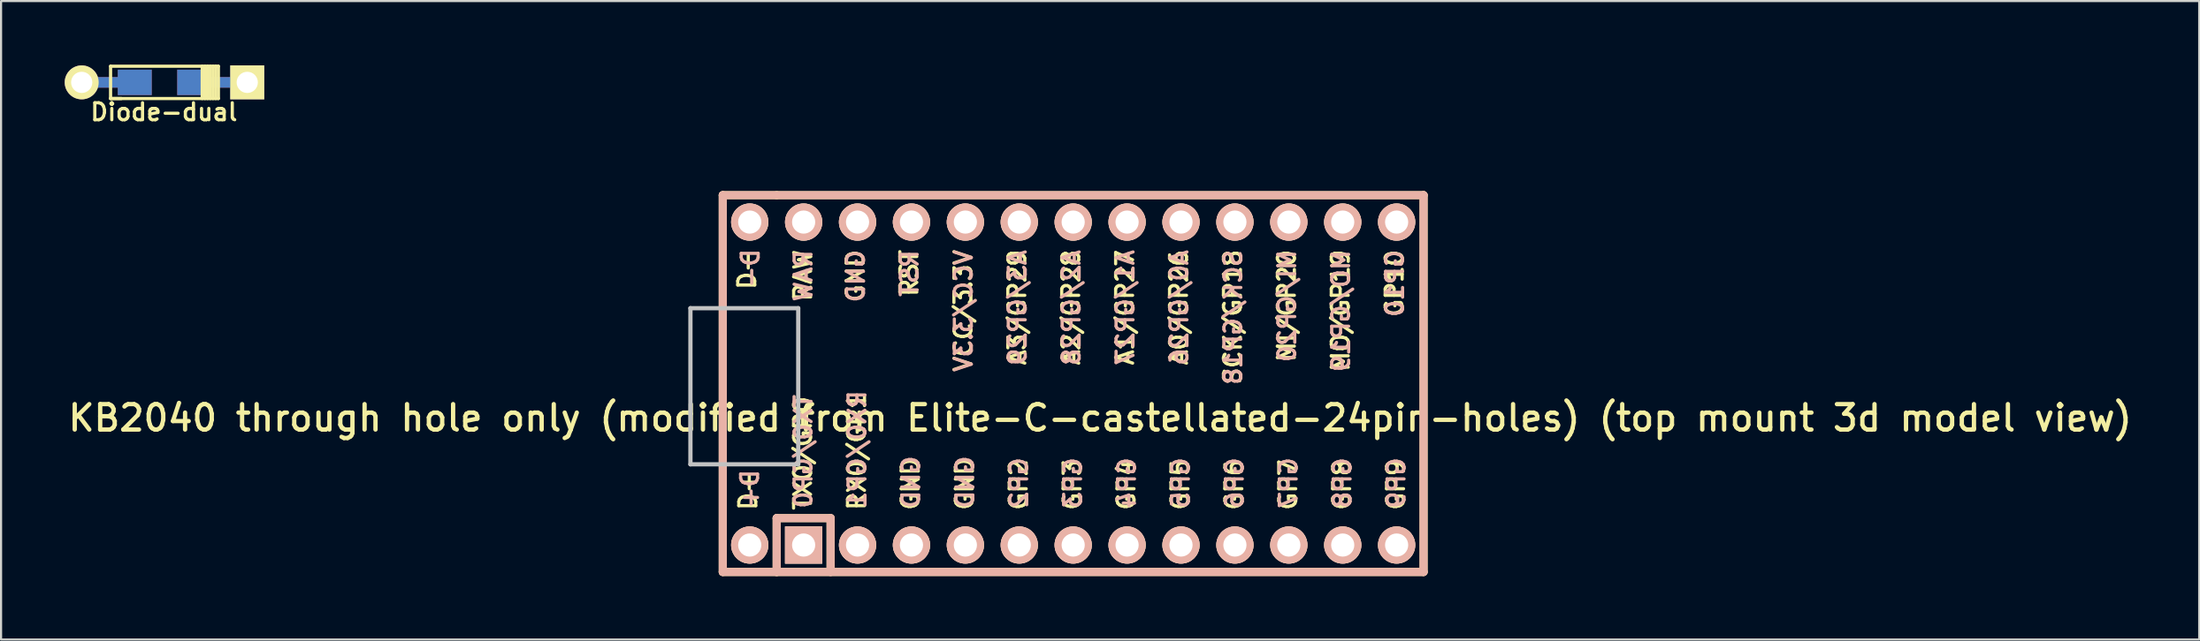
<source format=kicad_pcb>
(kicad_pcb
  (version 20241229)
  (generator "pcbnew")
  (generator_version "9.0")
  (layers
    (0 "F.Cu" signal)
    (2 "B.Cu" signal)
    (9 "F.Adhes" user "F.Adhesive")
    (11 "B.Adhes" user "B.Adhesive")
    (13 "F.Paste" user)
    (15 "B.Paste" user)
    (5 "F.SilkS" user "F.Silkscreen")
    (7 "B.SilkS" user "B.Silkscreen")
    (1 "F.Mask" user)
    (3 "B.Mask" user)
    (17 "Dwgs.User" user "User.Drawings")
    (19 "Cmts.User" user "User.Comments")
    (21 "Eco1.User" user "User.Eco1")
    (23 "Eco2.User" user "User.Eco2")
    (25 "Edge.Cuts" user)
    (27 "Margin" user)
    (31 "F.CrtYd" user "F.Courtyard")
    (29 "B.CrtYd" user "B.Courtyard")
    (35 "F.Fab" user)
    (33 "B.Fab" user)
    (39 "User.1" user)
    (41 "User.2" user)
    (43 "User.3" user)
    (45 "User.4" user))
  (footprint "KB2040 through hole only (modified from Elite-C-castellated-24pin-holes) (top mount 3d model view)"
    (layer "F.Cu")
    (at 48.785 15.049)
    (property "Reference" "KB2040 through hole only (modified from Elite-C-castellated-24pin-holes) (top mount 3d model view)" (at 0 1.625 0) (layer "F.SilkS") (effects (font (size 1.2 1.2) (thickness 0.203))))
    (attr through_hole)
    (fp_line (start -17.78 -8.89) (end -17.78 8.89) (stroke (width 0.381) (type solid)) (layer "F.SilkS"))
    (fp_line (start -17.78 8.89) (end -15.24 8.89) (stroke (width 0.381) (type solid)) (layer "F.SilkS"))
    (fp_line (start -15.24 -8.89) (end -17.78 -8.89) (stroke (width 0.381) (type solid)) (layer "F.SilkS"))
    (fp_line (start -15.24 6.35) (end -15.24 8.89) (stroke (width 0.381) (type solid)) (layer "F.SilkS"))
    (fp_line (start -15.24 6.35) (end -12.7 6.35) (stroke (width 0.381) (type solid)) (layer "F.SilkS"))
    (fp_line (start -15.24 8.89) (end 15.24 8.89) (stroke (width 0.381) (type solid)) (layer "F.SilkS"))
    (fp_line (start -12.7 6.35) (end -12.7 8.89) (stroke (width 0.381) (type solid)) (layer "F.SilkS"))
    (fp_line (start 15.24 -8.89) (end -15.24 -8.89) (stroke (width 0.381) (type solid)) (layer "F.SilkS"))
    (fp_line (start 15.24 8.89) (end 15.24 -8.89) (stroke (width 0.381) (type solid)) (layer "F.SilkS"))
    (fp_line (start -17.78 -8.89) (end -17.78 8.89) (stroke (width 0.381) (type solid)) (layer "B.SilkS"))
    (fp_line (start -17.78 8.89) (end 15.24 8.89) (stroke (width 0.381) (type solid)) (layer "B.SilkS"))
    (fp_line (start -15.24 6.35) (end -15.24 8.89) (stroke (width 0.381) (type solid)) (layer "B.SilkS"))
    (fp_line (start -12.7 6.35) (end -15.24 6.35) (stroke (width 0.381) (type solid)) (layer "B.SilkS"))
    (fp_line (start -12.7 6.35) (end -12.7 8.89) (stroke (width 0.381) (type solid)) (layer "B.SilkS"))
    (fp_line (start 15.24 -8.89) (end -17.78 -8.89) (stroke (width 0.381) (type solid)) (layer "B.SilkS"))
    (fp_line (start 15.24 8.89) (end 15.24 -8.89) (stroke (width 0.381) (type solid)) (layer "B.SilkS"))
    (fp_line (start -19.304 -3.556) (end -14.224 -3.556) (stroke (width 0.2) (type solid)) (layer "Dwgs.User"))
    (fp_line (start -19.304 3.81) (end -19.304 -3.556) (stroke (width 0.2) (type solid)) (layer "Dwgs.User"))
    (fp_line (start -14.224 -3.556) (end -14.224 3.81) (stroke (width 0.2) (type solid)) (layer "Dwgs.User"))
    (fp_line (start -14.224 3.81) (end -19.304 3.81) (stroke (width 0.2) (type solid)) (layer "Dwgs.User"))
    (fp_text user "MO/GP19" (at 11.328 -0.486 90) (layer "F.SilkS") (effects (font (size 0.8 0.8) (thickness 0.15)) (justify left)))
    (fp_text user "GP8" (at 11.394 3.493 90) (layer "F.SilkS") (effects (font (size 0.8 0.8) (thickness 0.15)) (justify right)))
    (fp_text user "MI/GP20" (at 8.788 -0.943 90) (layer "F.SilkS") (effects (font (size 0.8 0.8) (thickness 0.15)) (justify left)))
    (fp_text user "GP3" (at -1.306 3.493 90) (layer "F.SilkS") (effects (font (size 0.8 0.8) (thickness 0.15)) (justify right)))
    (fp_text user "GND" (at -11.532 -3.762 90) (layer "F.SilkS") (effects (font (size 0.8 0.8) (thickness 0.15)) (justify left)))
    (fp_text user "GP10" (at 13.868 -3.076 90) (layer "F.SilkS") (effects (font (size 0.8 0.8) (thickness 0.15)) (justify left)))
    (fp_text user "GND" (at -6.386 3.416 90) (layer "F.SilkS") (effects (font (size 0.8 0.8) (thickness 0.15)) (justify right)))
    (fp_text user "RAW" (at -14.002 -3.8 90) (layer "F.SilkS") (effects (font (size 0.8 0.8) (thickness 0.15)) (justify left)))
    (fp_text user "A1/GP27" (at 1.168 -0.79 90) (layer "F.SilkS") (effects (font (size 0.8 0.8) (thickness 0.15)) (justify left)))
    (fp_text user "A2/GP28" (at -1.372 -0.79 90) (layer "F.SilkS") (effects (font (size 0.8 0.8) (thickness 0.15)) (justify left)))
    (fp_text user "VCC/3.3V" (at -6.452 -0.486 90) (layer "F.SilkS") (effects (font (size 0.8 0.8) (thickness 0.15)) (justify left)))
    (fp_text user "D+" (at -16.589 4.064 90) (layer "F.SilkS") (effects (font (size 0.8 0.8) (thickness 0.15)) (justify right)))
    (fp_text user "GP4" (at 1.234 3.493 90) (layer "F.SilkS") (effects (font (size 0.8 0.8) (thickness 0.15)) (justify right)))
    (fp_text user "GP5" (at 3.774 3.493 90) (layer "F.SilkS") (effects (font (size 0.8 0.8) (thickness 0.15)) (justify right)))
    (fp_text user "D-" (at -16.637 -6.35 90) (layer "F.SilkS") (effects (font (size 0.8 0.8) (thickness 0.15)) (justify right)))
    (fp_text user "GP7" (at 8.854 3.493 90) (layer "F.SilkS") (effects (font (size 0.8 0.8) (thickness 0.15)) (justify right)))
    (fp_text user "TX0/GP0" (at -14.006 0.521 90) (layer "F.SilkS") (effects (font (size 0.8 0.8) (thickness 0.15)) (justify right)))
    (fp_text user "SCK/GP18" (at 6.248 0.124 90) (layer "F.SilkS") (effects (font (size 0.8 0.8) (thickness 0.15)) (justify left)))
    (fp_text user "A3/GP29" (at -3.912 -0.79 90) (layer "F.SilkS") (effects (font (size 0.8 0.8) (thickness 0.15)) (justify left)))
    (fp_text user "RX0/GP1" (at -11.466 0.331 90) (layer "F.SilkS") (effects (font (size 0.8 0.8) (thickness 0.15)) (justify right)))
    (fp_text user "GP9" (at 13.934 3.493 90) (layer "F.SilkS") (effects (font (size 0.8 0.8) (thickness 0.15)) (justify right)))
    (fp_text user "GP6" (at 6.314 3.493 90) (layer "F.SilkS") (effects (font (size 0.8 0.8) (thickness 0.15)) (justify right)))
    (fp_text user "GND" (at -8.936 3.416 90) (layer "F.SilkS") (effects (font (size 0.8 0.8) (thickness 0.15)) (justify right)))
    (fp_text user "GP2" (at -3.846 3.493 90) (layer "F.SilkS") (effects (font (size 0.8 0.8) (thickness 0.15)) (justify right)))
    (fp_text user "RST" (at -9 -4.029 90) (layer "F.SilkS") (effects (font (size 0.8 0.8) (thickness 0.15)) (justify left)))
    (fp_text user "A0/GP26" (at 3.708 -0.79 90) (layer "F.SilkS") (effects (font (size 0.8 0.8) (thickness 0.15)) (justify left)))
    (fp_text user "A2/GP28" (at -1.352 -6.385 270) (layer "B.SilkS") (effects (font (size 0.8 0.8) (thickness 0.15)) (justify left mirror)))
    (fp_text user "GP5" (at 3.798 5.969 270) (layer "B.SilkS") (effects (font (size 0.8 0.8) (thickness 0.15)) (justify right mirror)))
    (fp_text user "A0/GP26" (at 3.728 -6.385 270) (layer "B.SilkS") (effects (font (size 0.8 0.8) (thickness 0.15)) (justify left mirror)))
    (fp_text user "GP10" (at 13.888 -6.385 270) (layer "B.SilkS") (effects (font (size 0.8 0.8) (thickness 0.15)) (justify left mirror)))
    (fp_text user "RX0/GP1" (at -11.442 5.969 270) (layer "B.SilkS") (effects (font (size 0.8 0.8) (thickness 0.15)) (justify right mirror)))
    (fp_text user "GP7" (at 8.878 5.969 270) (layer "B.SilkS") (effects (font (size 0.8 0.8) (thickness 0.15)) (justify right mirror)))
    (fp_text user "A1/GP27" (at 1.188 -6.385 270) (layer "B.SilkS") (effects (font (size 0.8 0.8) (thickness 0.15)) (justify left mirror)))
    (fp_text user "MI/GP20" (at 8.808 -6.385 270) (layer "B.SilkS") (effects (font (size 0.8 0.8) (thickness 0.15)) (justify left mirror)))
    (fp_text user "GP3" (at -1.282 5.969 270) (layer "B.SilkS") (effects (font (size 0.8 0.8) (thickness 0.15)) (justify right mirror)))
    (fp_text user "GP9" (at 13.958 5.969 270) (layer "B.SilkS") (effects (font (size 0.8 0.8) (thickness 0.15)) (justify right mirror)))
    (fp_text user "GND" (at -11.512 -6.385 270) (layer "B.SilkS") (effects (font (size 0.8 0.8) (thickness 0.15)) (justify left mirror)))
    (fp_text user "GP6" (at 6.338 5.969 270) (layer "B.SilkS") (effects (font (size 0.8 0.8) (thickness 0.15)) (justify right mirror)))
    (fp_text user "MO/GP19" (at 11.348 -6.385 270) (layer "B.SilkS") (effects (font (size 0.8 0.8) (thickness 0.15)) (justify left mirror)))
    (fp_text user "VCC/3.3V" (at -6.432 -6.385 270) (layer "B.SilkS") (effects (font (size 0.8 0.8) (thickness 0.15)) (justify left mirror)))
    (fp_text user "D+" (at -16.503 5.969 270) (layer "B.SilkS") (effects (font (size 0.8 0.8) (thickness 0.15)) (justify right mirror)))
    (fp_text user "TX0/GP0" (at -13.982 5.969 270) (layer "B.SilkS") (effects (font (size 0.8 0.8) (thickness 0.15)) (justify right mirror)))
    (fp_text user "A3/GP29" (at -3.892 -6.385 270) (layer "B.SilkS") (effects (font (size 0.8 0.8) (thickness 0.15)) (justify left mirror)))
    (fp_text user "GP4" (at 1.258 5.969 270) (layer "B.SilkS") (effects (font (size 0.8 0.8) (thickness 0.15)) (justify right mirror)))
    (fp_text user "D-" (at -16.474 -4.445 270) (layer "B.SilkS") (effects (font (size 0.8 0.8) (thickness 0.15)) (justify right mirror)))
    (fp_text user "GP8" (at 11.418 5.969 270) (layer "B.SilkS") (effects (font (size 0.8 0.8) (thickness 0.15)) (justify right mirror)))
    (fp_text user "GND" (at -8.912 5.969 270) (layer "B.SilkS") (effects (font (size 0.8 0.8) (thickness 0.15)) (justify right mirror)))
    (fp_text user "GND" (at -6.362 5.969 270) (layer "B.SilkS") (effects (font (size 0.8 0.8) (thickness 0.15)) (justify right mirror)))
    (fp_text user "RAW" (at -13.982 -6.385 270) (layer "B.SilkS") (effects (font (size 0.8 0.8) (thickness 0.15)) (justify left mirror)))
    (fp_text user "GP2" (at -3.822 5.969 270) (layer "B.SilkS") (effects (font (size 0.8 0.8) (thickness 0.15)) (justify right mirror)))
    (fp_text user "SCK/GP18" (at 6.268 -6.385 270) (layer "B.SilkS") (effects (font (size 0.8 0.8) (thickness 0.15)) (justify left mirror)))
    (fp_text user "RST" (at -8.981 -6.385 270) (layer "B.SilkS") (effects (font (size 0.8 0.8) (thickness 0.15)) (justify left mirror)))
    (pad "0" thru_hole circle (at -16.51 7.62) (size 1.753 1.753) (drill 1.092) (layers "*.Cu" "*.SilkS" "*.Mask"))
    (pad "1" thru_hole rect (at -13.97 7.62) (size 1.753 1.753) (drill 1.092) (layers "*.Cu" "*.SilkS" "*.Mask"))
    (pad "2" thru_hole circle (at -11.43 7.62) (size 1.753 1.753) (drill 1.092) (layers "*.Cu" "*.SilkS" "*.Mask"))
    (pad "3" thru_hole circle (at -8.89 7.62) (size 1.753 1.753) (drill 1.092) (layers "*.Cu" "*.SilkS" "*.Mask"))
    (pad "4" thru_hole circle (at -6.35 7.62) (size 1.753 1.753) (drill 1.092) (layers "*.Cu" "*.SilkS" "*.Mask"))
    (pad "5" thru_hole circle (at -3.81 7.62) (size 1.753 1.753) (drill 1.092) (layers "*.Cu" "*.SilkS" "*.Mask"))
    (pad "6" thru_hole circle (at -1.27 7.62) (size 1.753 1.753) (drill 1.092) (layers "*.Cu" "*.SilkS" "*.Mask"))
    (pad "7" thru_hole circle (at 1.27 7.62) (size 1.753 1.753) (drill 1.092) (layers "*.Cu" "*.SilkS" "*.Mask"))
    (pad "8" thru_hole circle (at 3.81 7.62) (size 1.753 1.753) (drill 1.092) (layers "*.Cu" "*.SilkS" "*.Mask"))
    (pad "9" thru_hole circle (at 6.35 7.62) (size 1.753 1.753) (drill 1.092) (layers "*.Cu" "*.SilkS" "*.Mask"))
    (pad "10" thru_hole circle (at 8.89 7.62) (size 1.753 1.753) (drill 1.092) (layers "*.Cu" "*.SilkS" "*.Mask"))
    (pad "11" thru_hole circle (at 11.43 7.62) (size 1.753 1.753) (drill 1.092) (layers "*.Cu" "*.SilkS" "*.Mask"))
    (pad "12" thru_hole circle (at 13.97 7.62) (size 1.753 1.753) (drill 1.092) (layers "*.Cu" "*.SilkS" "*.Mask"))
    (pad "13" thru_hole circle (at 13.97 -7.62) (size 1.753 1.753) (drill 1.092) (layers "*.Cu" "*.SilkS" "*.Mask"))
    (pad "14" thru_hole circle (at 11.43 -7.62) (size 1.753 1.753) (drill 1.092) (layers "*.Cu" "*.SilkS" "*.Mask"))
    (pad "15" thru_hole circle (at 8.89 -7.62) (size 1.753 1.753) (drill 1.092) (layers "*.Cu" "*.SilkS" "*.Mask"))
    (pad "16" thru_hole circle (at 6.35 -7.62) (size 1.753 1.753) (drill 1.092) (layers "*.Cu" "*.SilkS" "*.Mask"))
    (pad "17" thru_hole circle (at 3.81 -7.62) (size 1.753 1.753) (drill 1.092) (layers "*.Cu" "*.SilkS" "*.Mask"))
    (pad "18" thru_hole circle (at 1.27 -7.62) (size 1.753 1.753) (drill 1.092) (layers "*.Cu" "*.SilkS" "*.Mask"))
    (pad "19" thru_hole circle (at -1.27 -7.62) (size 1.753 1.753) (drill 1.092) (layers "*.Cu" "*.SilkS" "*.Mask"))
    (pad "20" thru_hole circle (at -3.81 -7.62) (size 1.753 1.753) (drill 1.092) (layers "*.Cu" "*.SilkS" "*.Mask"))
    (pad "21" thru_hole circle (at -6.35 -7.62) (size 1.753 1.753) (drill 1.092) (layers "*.Cu" "*.SilkS" "*.Mask"))
    (pad "22" thru_hole circle (at -8.89 -7.62) (size 1.753 1.753) (drill 1.092) (layers "*.Cu" "*.SilkS" "*.Mask"))
    (pad "23" thru_hole circle (at -11.43 -7.62) (size 1.753 1.753) (drill 1.092) (layers "*.Cu" "*.SilkS" "*.Mask"))
    (pad "24" thru_hole circle (at -13.97 -7.62) (size 1.753 1.753) (drill 1.092) (layers "*.Cu" "*.SilkS" "*.Mask"))
    (pad "25" thru_hole circle (at -16.51 -7.62) (size 1.753 1.753) (drill 1.092) (layers "*.Cu" "*.SilkS" "*.Mask")))
  (footprint "Diode-dual"
    (layer "F.Cu")
    (at 4.7 0.837)
    (property "Reference" "Diode-dual" (at -0.025 1.4 0) (layer "F.SilkS") (effects (font (size 0.8 0.8) (thickness 0.15))))
    (attr smd)
    (fp_line (start -2.54 -0.762) (end -2.54 0.762) (stroke (width 0.15) (type solid)) (layer "F.SilkS"))
    (fp_line (start -2.54 0.762) (end -2.032 0.762) (stroke (width 0.15) (type solid)) (layer "F.SilkS"))
    (fp_line (start -2.54 0.762) (end 2.54 0.762) (stroke (width 0.15) (type solid)) (layer "F.SilkS"))
    (fp_line (start 1.778 0.762) (end 1.778 -0.762) (stroke (width 0.15) (type solid)) (layer "F.SilkS"))
    (fp_line (start 1.905 0.762) (end 1.905 -0.762) (stroke (width 0.15) (type solid)) (layer "F.SilkS"))
    (fp_line (start 2.032 -0.762) (end 2.032 0.762) (stroke (width 0.15) (type solid)) (layer "F.SilkS"))
    (fp_line (start 2.159 0.762) (end 2.159 -0.762) (stroke (width 0.15) (type solid)) (layer "F.SilkS"))
    (fp_line (start 2.286 -0.762) (end 2.286 0.762) (stroke (width 0.15) (type solid)) (layer "F.SilkS"))
    (fp_line (start 2.413 0.762) (end 2.413 -0.762) (stroke (width 0.15) (type solid)) (layer "F.SilkS"))
    (fp_line (start 2.54 -0.762) (end -2.54 -0.762) (stroke (width 0.15) (type solid)) (layer "F.SilkS"))
    (fp_line (start 2.54 0.762) (end 2.54 -0.762) (stroke (width 0.15) (type solid)) (layer "F.SilkS"))
    (pad "1" thru_hole circle (at -3.9 0) (size 1.6 1.6) (drill 1) (layers "*.Cu" "*.Mask" "F.SilkS"))
    (pad "1" smd rect (at -2.5 0) (size 2.9 0.5) (layers "F.Cu"))
    (pad "1" smd rect (at -2.5 0) (size 2.9 0.5) (layers "B.Cu"))
    (pad "1" smd rect (at -1.4 0) (size 1.6 1.2) (layers "F.Cu" "F.Mask" "F.Paste"))
    (pad "1" smd rect (at -1.4 0) (size 1.6 1.2) (layers "B.Cu" "B.Mask" "B.Paste"))
    (pad "2" smd rect (at 1.4 0) (size 1.6 1.2) (layers "F.Cu" "F.Mask" "F.Paste"))
    (pad "2" smd rect (at 1.4 0) (size 1.6 1.2) (layers "B.Cu" "B.Mask" "B.Paste"))
    (pad "2" smd rect (at 2.5 0) (size 2.9 0.5) (layers "F.Cu"))
    (pad "2" smd rect (at 2.5 0) (size 2.9 0.5) (layers "B.Cu"))
    (pad "2" thru_hole rect (at 3.9 0) (size 1.6 1.6) (drill 1) (layers "*.Cu" "*.Mask" "F.SilkS")))
  (gr_rect
    (start -3 -3)
    (end 100.57 27.129)
    (stroke (width 0.1) (type default))
    (fill no)
    (layer "Edge.Cuts")))
</source>
